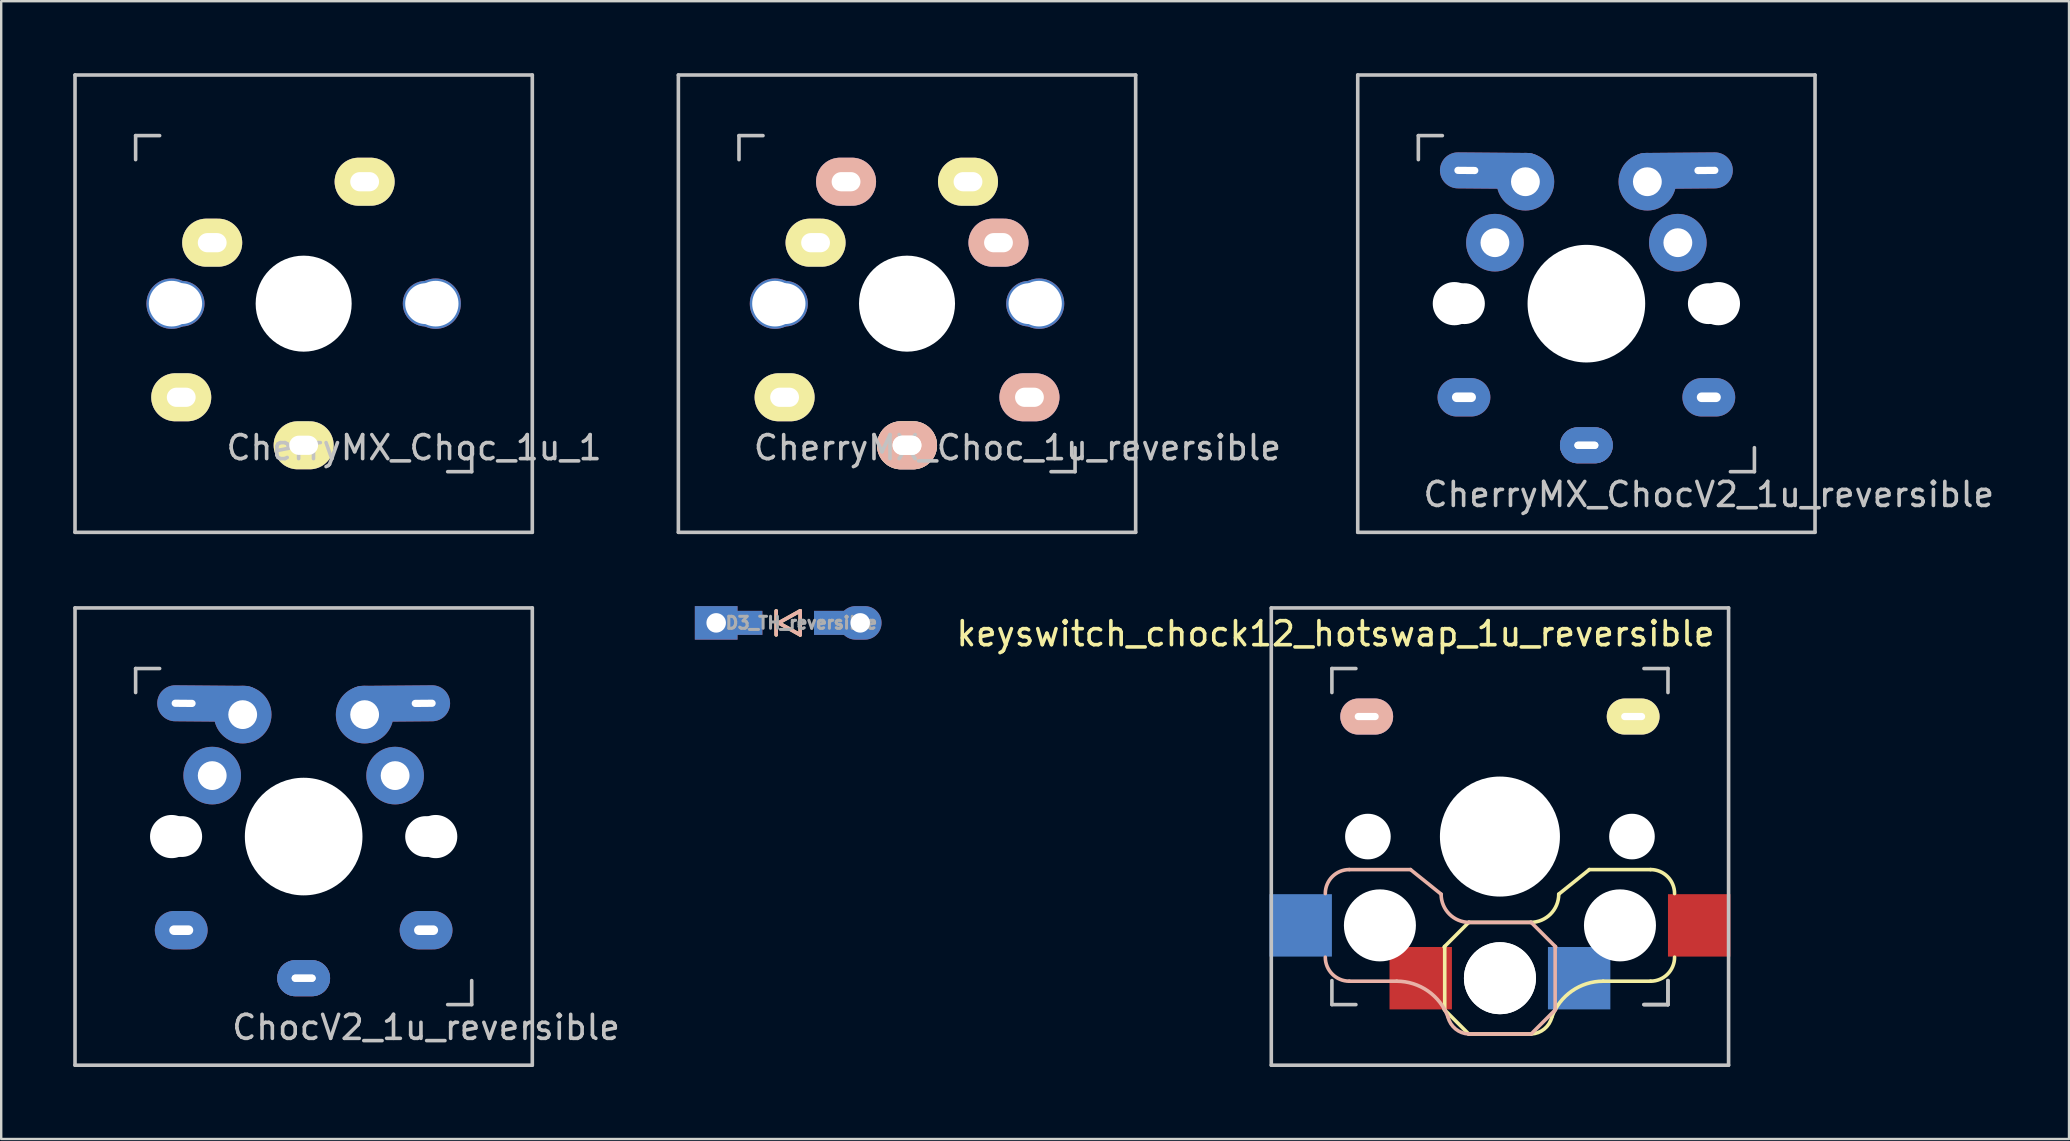
<source format=kicad_pcb>
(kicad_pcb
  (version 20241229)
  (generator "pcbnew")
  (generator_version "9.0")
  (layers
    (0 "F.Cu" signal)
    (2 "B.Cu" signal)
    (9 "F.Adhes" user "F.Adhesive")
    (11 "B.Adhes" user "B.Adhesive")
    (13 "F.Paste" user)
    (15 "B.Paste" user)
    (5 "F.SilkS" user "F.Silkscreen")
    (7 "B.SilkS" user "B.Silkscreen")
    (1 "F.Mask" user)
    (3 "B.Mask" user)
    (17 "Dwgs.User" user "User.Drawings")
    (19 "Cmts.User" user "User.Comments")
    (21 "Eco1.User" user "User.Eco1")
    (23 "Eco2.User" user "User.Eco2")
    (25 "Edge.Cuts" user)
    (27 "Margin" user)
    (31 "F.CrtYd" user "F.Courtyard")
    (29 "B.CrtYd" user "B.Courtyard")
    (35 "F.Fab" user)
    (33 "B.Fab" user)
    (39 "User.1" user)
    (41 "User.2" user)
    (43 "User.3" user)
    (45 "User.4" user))
  (footprint "ChocV2_1u_reversible"
    (layer "F.Cu")
    (at 9.6 31.8)
    (property "Reference" "ChocV2_1u_reversible" (at 5.1 7.95 180) (layer "Dwgs.User") (effects (font (size 1 1) (thickness 0.15))))
    (attr through_hole)
    (fp_line (start -9.525 -9.525) (end 9.525 -9.525) (stroke (width 0.15) (type solid)) (layer "Dwgs.User"))
    (fp_line (start -9.525 9.525) (end -9.525 -9.525) (stroke (width 0.15) (type solid)) (layer "Dwgs.User"))
    (fp_line (start -7 -7) (end -6 -7) (stroke (width 0.15) (type solid)) (layer "Dwgs.User"))
    (fp_line (start -7 -6) (end -7 -7) (stroke (width 0.15) (type solid)) (layer "Dwgs.User"))
    (fp_line (start 6 7) (end 7 7) (stroke (width 0.15) (type solid)) (layer "Dwgs.User"))
    (fp_line (start 7 7) (end 7 6) (stroke (width 0.15) (type solid)) (layer "Dwgs.User"))
    (fp_line (start 9.525 -9.525) (end 9.525 9.525) (stroke (width 0.15) (type solid)) (layer "Dwgs.User"))
    (fp_line (start 9.525 9.525) (end -9.525 9.525) (stroke (width 0.15) (type solid)) (layer "Dwgs.User"))
    (pad "" np_thru_hole circle (at -5.5 0 90) (size 1.8 1.8) (drill 1.8) (layers "*.Cu" "*.Mask"))
    (pad "" np_thru_hole circle (at -5.08 0) (size 1.7 1.7) (drill 1.7) (layers "*.Cu" "*.Mask"))
    (pad "" np_thru_hole circle (at 0 0 90) (size 4.9 4.9) (drill 4.9) (layers "*.Cu" "*.Mask"))
    (pad "" np_thru_hole circle (at 5.08 0) (size 1.7 1.7) (drill 1.7) (layers "*.Cu" "*.Mask"))
    (pad "" np_thru_hole circle (at 5.5 0 90) (size 1.8 1.8) (drill 1.8) (layers "*.Cu" "*.Mask"))
    (pad "1" thru_hole oval (at -5.1 3.9) (size 2.2 1.6) (drill oval 1 0.4) (layers "*.Cu" "B.Mask"))
    (pad "1" thru_hole circle (at -3.81 -2.54) (size 2.4 2.4) (drill 1.2) (layers "*.Cu" "B.Mask"))
    (pad "1" thru_hole circle (at 3.81 -2.54) (size 2.4 2.4) (drill 1.2) (layers "*.Cu" "F.Mask"))
    (pad "1" thru_hole oval (at 5.1 3.9) (size 2.2 1.6) (drill oval 1 0.4) (layers "*.Cu" "F.Mask"))
    (pad "2" thru_hole oval (at -5 -5.55 359.5) (size 4.4 1.5) (drill oval 1 0.3 (offset 1.1 0)) (layers "*.Cu" "F.Mask"))
    (pad "2" thru_hole circle (at -2.54 -5.08) (size 2.4 2.4) (drill 1.2) (layers "*.Cu" "F.Mask"))
    (pad "2" thru_hole oval (at 0 5.9) (size 2.2 1.5) (drill oval 1 0.3) (layers "*.Cu" "F.Mask"))
    (pad "2" thru_hole oval (at 0 5.9) (size 2.2 1.5) (drill oval 1 0.3) (layers "*.Cu" "B.Mask"))
    (pad "2" thru_hole circle (at 2.54 -5.08) (size 2.4 2.4) (drill 1.2) (layers "*.Cu" "B.Mask"))
    (pad "2" thru_hole oval (at 5 -5.55 0.5) (size 4.4 1.5) (drill oval 1 0.3 (offset -1.1 0)) (layers "*.Cu" "B.Mask")))
  (footprint "CherryMX_Choc_1u_reversible"
    (layer "F.Cu")
    (at 34.735 9.6)
    (property "Reference" "CherryMX_Choc_1u_reversible" (at 4.6 6 180) (layer "Dwgs.User") (effects (font (size 1 1) (thickness 0.15))))
    (attr through_hole)
    (fp_line (start -9.525 -9.525) (end 9.525 -9.525) (stroke (width 0.15) (type solid)) (layer "Dwgs.User"))
    (fp_line (start -9.525 9.525) (end -9.525 -9.525) (stroke (width 0.15) (type solid)) (layer "Dwgs.User"))
    (fp_line (start -7 -7) (end -6 -7) (stroke (width 0.15) (type solid)) (layer "Dwgs.User"))
    (fp_line (start -7 -6) (end -7 -7) (stroke (width 0.15) (type solid)) (layer "Dwgs.User"))
    (fp_line (start 6 7) (end 7 7) (stroke (width 0.15) (type solid)) (layer "Dwgs.User"))
    (fp_line (start 7 7) (end 7 6) (stroke (width 0.15) (type solid)) (layer "Dwgs.User"))
    (fp_line (start 9.525 -9.525) (end 9.525 9.525) (stroke (width 0.15) (type solid)) (layer "Dwgs.User"))
    (fp_line (start 9.525 9.525) (end -9.525 9.525) (stroke (width 0.15) (type solid)) (layer "Dwgs.User"))
    (pad "" np_thru_hole circle (at -5.5 0 90) (size 2.1 2.1) (drill 1.9) (layers "*.Cu" "*.Mask"))
    (pad "" np_thru_hole circle (at -5.08 0) (size 1.9 1.9) (drill 1.7) (layers "*.Cu" "*.Mask"))
    (pad "" np_thru_hole circle (at 0 0 90) (size 4 4) (drill 4) (layers "*.Cu" "*.Mask"))
    (pad "" np_thru_hole circle (at 5.08 0) (size 1.9 1.9) (drill 1.7) (layers "*.Cu" "*.Mask"))
    (pad "" np_thru_hole circle (at 5.5 0 90) (size 2.1 2.1) (drill 1.9) (layers "*.Cu" "*.Mask"))
    (pad "1" thru_hole oval (at -5.1 3.9) (size 2.5 2) (drill oval 1.2 0.8) (layers "*.Cu" "B.Mask" "F.SilkS"))
    (pad "1" thru_hole oval (at -3.81 -2.54) (size 2.5 2) (drill oval 1.2 0.8) (layers "*.Cu" "B.Mask" "F.SilkS"))
    (pad "1" thru_hole oval (at 3.81 -2.54) (size 2.5 2) (drill oval 1.2 0.8) (layers "*.Cu" "F.Mask" "B.SilkS"))
    (pad "1" thru_hole oval (at 5.1 3.9) (size 2.5 2) (drill oval 1.2 0.8) (layers "*.Cu" "F.Mask" "B.SilkS"))
    (pad "2" thru_hole oval (at -2.54 -5.08) (size 2.5 2) (drill oval 1.2 0.8) (layers "*.Cu" "F.Mask" "B.SilkS"))
    (pad "2" thru_hole oval (at 0 5.9) (size 2.5 2) (drill oval 1.2 0.8) (layers "*.Cu" "F.Mask" "B.SilkS"))
    (pad "2" thru_hole oval (at 0 5.9) (size 2.5 2) (drill oval 1.2 0.8) (layers "*.Cu" "B.Mask" "F.SilkS"))
    (pad "2" thru_hole oval (at 2.54 -5.08) (size 2.5 2) (drill oval 1.2 0.8) (layers "*.Cu" "B.Mask" "F.SilkS")))
  (footprint "CherryMX_ChocV2_1u_reversible"
    (layer "F.Cu")
    (at 63.036 9.6)
    (property "Reference" "CherryMX_ChocV2_1u_reversible" (at 5.1 7.95 180) (layer "Dwgs.User") (effects (font (size 1 1) (thickness 0.15))))
    (attr through_hole)
    (fp_line (start -9.525 -9.525) (end 9.525 -9.525) (stroke (width 0.15) (type solid)) (layer "Dwgs.User"))
    (fp_line (start -9.525 9.525) (end -9.525 -9.525) (stroke (width 0.15) (type solid)) (layer "Dwgs.User"))
    (fp_line (start -7 -7) (end -6 -7) (stroke (width 0.15) (type solid)) (layer "Dwgs.User"))
    (fp_line (start -7 -6) (end -7 -7) (stroke (width 0.15) (type solid)) (layer "Dwgs.User"))
    (fp_line (start 6 7) (end 7 7) (stroke (width 0.15) (type solid)) (layer "Dwgs.User"))
    (fp_line (start 7 7) (end 7 6) (stroke (width 0.15) (type solid)) (layer "Dwgs.User"))
    (fp_line (start 9.525 -9.525) (end 9.525 9.525) (stroke (width 0.15) (type solid)) (layer "Dwgs.User"))
    (fp_line (start 9.525 9.525) (end -9.525 9.525) (stroke (width 0.15) (type solid)) (layer "Dwgs.User"))
    (pad "" np_thru_hole circle (at -5.5 0 90) (size 1.8 1.8) (drill 1.8) (layers "*.Cu" "*.Mask"))
    (pad "" np_thru_hole circle (at -5.08 0) (size 1.7 1.7) (drill 1.7) (layers "*.Cu" "*.Mask"))
    (pad "" np_thru_hole circle (at 0 0 90) (size 4.9 4.9) (drill 4.9) (layers "*.Cu" "*.Mask"))
    (pad "" np_thru_hole circle (at 5.08 0) (size 1.7 1.7) (drill 1.7) (layers "*.Cu" "*.Mask"))
    (pad "" np_thru_hole circle (at 5.5 0 90) (size 1.8 1.8) (drill 1.8) (layers "*.Cu" "*.Mask"))
    (pad "1" thru_hole oval (at -5.1 3.9) (size 2.2 1.6) (drill oval 1 0.4) (layers "*.Cu" "B.Mask"))
    (pad "1" thru_hole circle (at -3.81 -2.54) (size 2.4 2.4) (drill 1.2) (layers "*.Cu" "B.Mask"))
    (pad "1" thru_hole circle (at 3.81 -2.54) (size 2.4 2.4) (drill 1.2) (layers "*.Cu" "F.Mask"))
    (pad "1" thru_hole oval (at 5.1 3.9) (size 2.2 1.6) (drill oval 1 0.4) (layers "*.Cu" "F.Mask"))
    (pad "2" thru_hole oval (at -5 -5.55 359.5) (size 4.4 1.5) (drill oval 1 0.3 (offset 1.1 0)) (layers "*.Cu" "F.Mask"))
    (pad "2" thru_hole circle (at -2.54 -5.08) (size 2.4 2.4) (drill 1.2) (layers "*.Cu" "F.Mask"))
    (pad "2" thru_hole oval (at 0 5.9) (size 2.2 1.5) (drill oval 1 0.3) (layers "*.Cu" "F.Mask"))
    (pad "2" thru_hole oval (at 0 5.9) (size 2.2 1.5) (drill oval 1 0.3) (layers "*.Cu" "B.Mask"))
    (pad "2" thru_hole circle (at 2.54 -5.08) (size 2.4 2.4) (drill 1.2) (layers "*.Cu" "B.Mask"))
    (pad "2" thru_hole oval (at 5 -5.55 0.5) (size 4.4 1.5) (drill oval 1 0.3 (offset -1.1 0)) (layers "*.Cu" "B.Mask")))
  (footprint "keyswitch_chock12_hotswap_1u_reversible"
    (layer "F.Cu")
    (at 59.435 31.8)
    (property "Reference" "keyswitch_chock12_hotswap_1u_reversible" (at -6.85 -8.45 0) (layer "F.SilkS") (effects (font (size 1 1) (thickness 0.15))))
    (attr through_hole)
    (fp_line (start -2.3 4.575) (end -2.3 7.225) (stroke (width 0.15) (type solid)) (layer "F.SilkS"))
    (fp_line (start -1.3 3.575) (end -2.325 4.6) (stroke (width 0.15) (type solid)) (layer "F.SilkS"))
    (fp_line (start -1.3 3.575) (end 1.275 3.575) (stroke (width 0.15) (type solid)) (layer "F.SilkS"))
    (fp_line (start -1.3 8.225) (end -2.325 7.2) (stroke (width 0.15) (type solid)) (layer "F.SilkS"))
    (fp_line (start -1.3 8.225) (end 1.3 8.225) (stroke (width 0.15) (type solid)) (layer "F.SilkS"))
    (fp_line (start 3.725 1.375) (end 2.45 2.4) (stroke (width 0.15) (type solid)) (layer "F.SilkS"))
    (fp_line (start 3.725 1.375) (end 6.275 1.375) (stroke (width 0.15) (type solid)) (layer "F.SilkS"))
    (fp_line (start 4.3 6.025) (end 6.275 6.025) (stroke (width 0.15) (type solid)) (layer "F.SilkS"))
    (fp_arc (start 2.162199 7.521904) (mid 1.848284 8.016021) (end 1.300995 8.223791) (stroke (width 0.15) (type solid)) (layer "F.SilkS"))
    (fp_arc (start 2.162199 7.521904) (mid 2.995114 6.436429) (end 4.3 6.025) (stroke (width 0.15) (type solid)) (layer "F.SilkS"))
    (fp_arc (start 2.45 2.4) (mid 2.10585 3.23085) (end 1.275 3.575) (stroke (width 0.15) (type solid)) (layer "F.SilkS"))
    (fp_arc (start 6.275 1.375) (mid 6.982107 1.667893) (end 7.275 2.375) (stroke (width 0.15) (type solid)) (layer "F.SilkS"))
    (fp_arc (start 7.275 5.025) (mid 6.982107 5.732107) (end 6.275 6.025) (stroke (width 0.15) (type solid)) (layer "F.SilkS"))
    (fp_line (start -4.3 6.025) (end -6.275 6.025) (stroke (width 0.15) (type solid)) (layer "B.SilkS"))
    (fp_line (start -3.725 1.375) (end -6.275 1.375) (stroke (width 0.15) (type solid)) (layer "B.SilkS"))
    (fp_line (start -3.725 1.375) (end -2.45 2.4) (stroke (width 0.15) (type solid)) (layer "B.SilkS"))
    (fp_line (start 1.3 3.575) (end -1.275 3.575) (stroke (width 0.15) (type solid)) (layer "B.SilkS"))
    (fp_line (start 1.3 3.575) (end 2.325 4.6) (stroke (width 0.15) (type solid)) (layer "B.SilkS"))
    (fp_line (start 1.3 8.225) (end -1.3 8.225) (stroke (width 0.15) (type solid)) (layer "B.SilkS"))
    (fp_line (start 1.3 8.225) (end 2.325 7.2) (stroke (width 0.15) (type solid)) (layer "B.SilkS"))
    (fp_line (start 2.3 4.575) (end 2.3 7.225) (stroke (width 0.15) (type solid)) (layer "B.SilkS"))
    (fp_arc (start -7.275 2.375) (mid -6.982107 1.667893) (end -6.275 1.375) (stroke (width 0.15) (type solid)) (layer "B.SilkS"))
    (fp_arc (start -6.275 6.025) (mid -6.982107 5.732107) (end -7.275 5.025) (stroke (width 0.15) (type solid)) (layer "B.SilkS"))
    (fp_arc (start -4.3 6.025) (mid -2.995114 6.436429) (end -2.162199 7.521904) (stroke (width 0.15) (type solid)) (layer "B.SilkS"))
    (fp_arc (start -1.300995 8.223791) (mid -1.848284 8.016021) (end -2.162199 7.521904) (stroke (width 0.15) (type solid)) (layer "B.SilkS"))
    (fp_arc (start -1.275 3.575) (mid -2.10585 3.23085) (end -2.45 2.4) (stroke (width 0.15) (type solid)) (layer "B.SilkS"))
    (fp_line (start -9.525 -9.525) (end 9.525 -9.525) (stroke (width 0.15) (type solid)) (layer "Dwgs.User"))
    (fp_line (start -9.525 9.525) (end -9.525 -9.525) (stroke (width 0.15) (type solid)) (layer "Dwgs.User"))
    (fp_line (start -7 -7) (end -6 -7) (stroke (width 0.15) (type solid)) (layer "Dwgs.User"))
    (fp_line (start -7 -6) (end -7 -7) (stroke (width 0.15) (type solid)) (layer "Dwgs.User"))
    (fp_line (start -7 7) (end -7 6) (stroke (width 0.15) (type solid)) (layer "Dwgs.User"))
    (fp_line (start -6 7) (end -7 7) (stroke (width 0.15) (type solid)) (layer "Dwgs.User"))
    (fp_line (start 6 7) (end 7 7) (stroke (width 0.15) (type solid)) (layer "Dwgs.User"))
    (fp_line (start 6 7) (end 7 7) (stroke (width 0.15) (type solid)) (layer "Dwgs.User"))
    (fp_line (start 7 -7) (end 6 -7) (stroke (width 0.15) (type solid)) (layer "Dwgs.User"))
    (fp_line (start 7 -6) (end 7 -7) (stroke (width 0.15) (type solid)) (layer "Dwgs.User"))
    (fp_line (start 7 7) (end 7 6) (stroke (width 0.15) (type solid)) (layer "Dwgs.User"))
    (fp_line (start 7 7) (end 7 6) (stroke (width 0.15) (type solid)) (layer "Dwgs.User"))
    (fp_line (start 9.525 -9.525) (end 9.525 9.525) (stroke (width 0.15) (type solid)) (layer "Dwgs.User"))
    (fp_line (start 9.525 9.525) (end -9.525 9.525) (stroke (width 0.15) (type solid)) (layer "Dwgs.User"))
    (pad "" thru_hole oval (at -5.55 -5 180) (size 2.2 1.5) (drill oval 1 0.3) (layers "*.Cu" "F.Mask" "B.SilkS"))
    (pad "" np_thru_hole circle (at -5.5 0 90) (size 1.9 1.9) (drill 1.9) (layers "*.Cu"))
    (pad "" np_thru_hole circle (at -5 3.7 90) (size 3 3) (drill 3) (layers "*.Cu" "*.Mask"))
    (pad "" np_thru_hole circle (at 0 0 90) (size 5 5) (drill 5) (layers "*.Cu"))
    (pad "" np_thru_hole circle (at 0 5.9 90) (size 3 3) (drill 3) (layers "*.Cu" "*.Mask"))
    (pad "" np_thru_hole circle (at 0 5.9 270) (size 3 3) (drill 3) (layers "*.Cu" "*.Mask"))
    (pad "" np_thru_hole circle (at 5 3.7 270) (size 3 3) (drill 3) (layers "*.Cu" "*.Mask"))
    (pad "" np_thru_hole circle (at 5.5 0 90) (size 1.9 1.9) (drill 1.9) (layers "*.Cu"))
    (pad "" thru_hole oval (at 5.55 -5 180) (size 2.2 1.5) (drill oval 1 0.3) (layers "*.Cu" "B.Mask" "F.SilkS"))
    (pad "1" smd rect (at -8.3 3.7 180) (size 2.6 2.6) (layers "B.Cu" "B.Mask" "B.Paste"))
    (pad "1" smd rect (at 8.3 3.7 180) (size 2.6 2.6) (layers "F.Cu" "F.Mask" "F.Paste"))
    (pad "2" smd rect (at -3.3 5.9 180) (size 2.6 2.6) (layers "F.Cu" "F.Mask" "F.Paste"))
    (pad "2" smd rect (at 3.3 5.9 180) (size 2.6 2.6) (layers "B.Cu" "B.Mask" "B.Paste")))
  (footprint "D3_TH_reversible"
    (layer "F.Cu")
    (at 29.785 22.898)
    (property "Reference" "D3_TH_reversible" (at 0.55 0 180) (layer "F.Fab") (effects (font (size 0.5 0.5) (thickness 0.125))))
    (attr through_hole)
    (fp_line (start -0.5 -0.5) (end -0.5 0.5) (stroke (width 0.15) (type solid)) (layer "F.SilkS"))
    (fp_line (start -0.4 0) (end 0.5 -0.5) (stroke (width 0.15) (type solid)) (layer "F.SilkS"))
    (fp_line (start 0.5 -0.5) (end 0.5 0.5) (stroke (width 0.15) (type solid)) (layer "F.SilkS"))
    (fp_line (start 0.5 0.5) (end -0.4 0) (stroke (width 0.15) (type solid)) (layer "F.SilkS"))
    (fp_line (start -0.5 0.5) (end -0.5 -0.5) (stroke (width 0.15) (type solid)) (layer "B.SilkS"))
    (fp_line (start -0.4 0) (end 0.5 0.5) (stroke (width 0.15) (type solid)) (layer "B.SilkS"))
    (fp_line (start 0.5 -0.5) (end -0.4 0) (stroke (width 0.15) (type solid)) (layer "B.SilkS"))
    (fp_line (start 0.5 0.5) (end 0.5 -0.5) (stroke (width 0.15) (type solid)) (layer "B.SilkS"))
    (pad "1" thru_hole rect (at -3 0) (size 1.778 1.397) (drill 0.813) (layers "*.Cu" "B.Mask"))
    (pad "1" smd rect (at -1.775 0 180) (size 1.4 1) (layers "F.Cu" "F.Mask" "F.Paste"))
    (pad "1" smd rect (at -1.775 0) (size 1.4 1) (layers "B.Cu" "B.Mask" "B.Paste"))
    (pad "2" smd rect (at 1.775 0 180) (size 1.4 1) (layers "F.Cu" "F.Mask" "F.Paste"))
    (pad "2" smd rect (at 1.775 0) (size 1.4 1) (layers "B.Cu" "B.Mask" "B.Paste"))
    (pad "2" thru_hole oval (at 3 0) (size 1.778 1.397) (drill 0.813) (layers "*.Cu" "B.Mask")))
  (footprint "CherryMX_Choc_1u_1"
    (layer "F.Cu")
    (at 9.6 9.6)
    (property "Reference" "CherryMX_Choc_1u_1" (at 4.6 6 180) (layer "Dwgs.User") (effects (font (size 1 1) (thickness 0.15))))
    (attr through_hole)
    (fp_line (start -9.525 -9.525) (end 9.525 -9.525) (stroke (width 0.15) (type solid)) (layer "Dwgs.User"))
    (fp_line (start -9.525 9.525) (end -9.525 -9.525) (stroke (width 0.15) (type solid)) (layer "Dwgs.User"))
    (fp_line (start -7 -7) (end -6 -7) (stroke (width 0.15) (type solid)) (layer "Dwgs.User"))
    (fp_line (start -7 -6) (end -7 -7) (stroke (width 0.15) (type solid)) (layer "Dwgs.User"))
    (fp_line (start 6 7) (end 7 7) (stroke (width 0.15) (type solid)) (layer "Dwgs.User"))
    (fp_line (start 7 7) (end 7 6) (stroke (width 0.15) (type solid)) (layer "Dwgs.User"))
    (fp_line (start 9.525 -9.525) (end 9.525 9.525) (stroke (width 0.15) (type solid)) (layer "Dwgs.User"))
    (fp_line (start 9.525 9.525) (end -9.525 9.525) (stroke (width 0.15) (type solid)) (layer "Dwgs.User"))
    (pad "" np_thru_hole circle (at -5.5 0 90) (size 2.1 2.1) (drill 1.9) (layers "*.Cu" "*.Mask"))
    (pad "" np_thru_hole circle (at -5.08 0) (size 1.9 1.9) (drill 1.7) (layers "*.Cu" "*.Mask"))
    (pad "" np_thru_hole circle (at 0 0 90) (size 4 4) (drill 4) (layers "*.Cu" "*.Mask"))
    (pad "" np_thru_hole circle (at 5.08 0) (size 1.9 1.9) (drill 1.7) (layers "*.Cu" "*.Mask"))
    (pad "" np_thru_hole circle (at 5.5 0 90) (size 2.1 2.1) (drill 1.9) (layers "*.Cu" "*.Mask"))
    (pad "1" thru_hole oval (at -5.1 3.9) (size 2.5 2) (drill oval 1.2 0.8) (layers "*.Cu" "B.Mask" "F.SilkS"))
    (pad "1" thru_hole oval (at -3.81 -2.54) (size 2.5 2) (drill oval 1.2 0.8) (layers "*.Cu" "B.Mask" "F.SilkS"))
    (pad "2" thru_hole oval (at 0 5.9) (size 2.5 2) (drill oval 1.2 0.8) (layers "*.Cu" "B.Mask" "F.SilkS"))
    (pad "2" thru_hole oval (at 2.54 -5.08) (size 2.5 2) (drill oval 1.2 0.8) (layers "*.Cu" "B.Mask" "F.SilkS")))
  (gr_rect
    (start -3 -3)
    (end 83.142 44.4)
    (stroke (width 0.1) (type default))
    (fill no)
    (layer "Edge.Cuts")))
</source>
